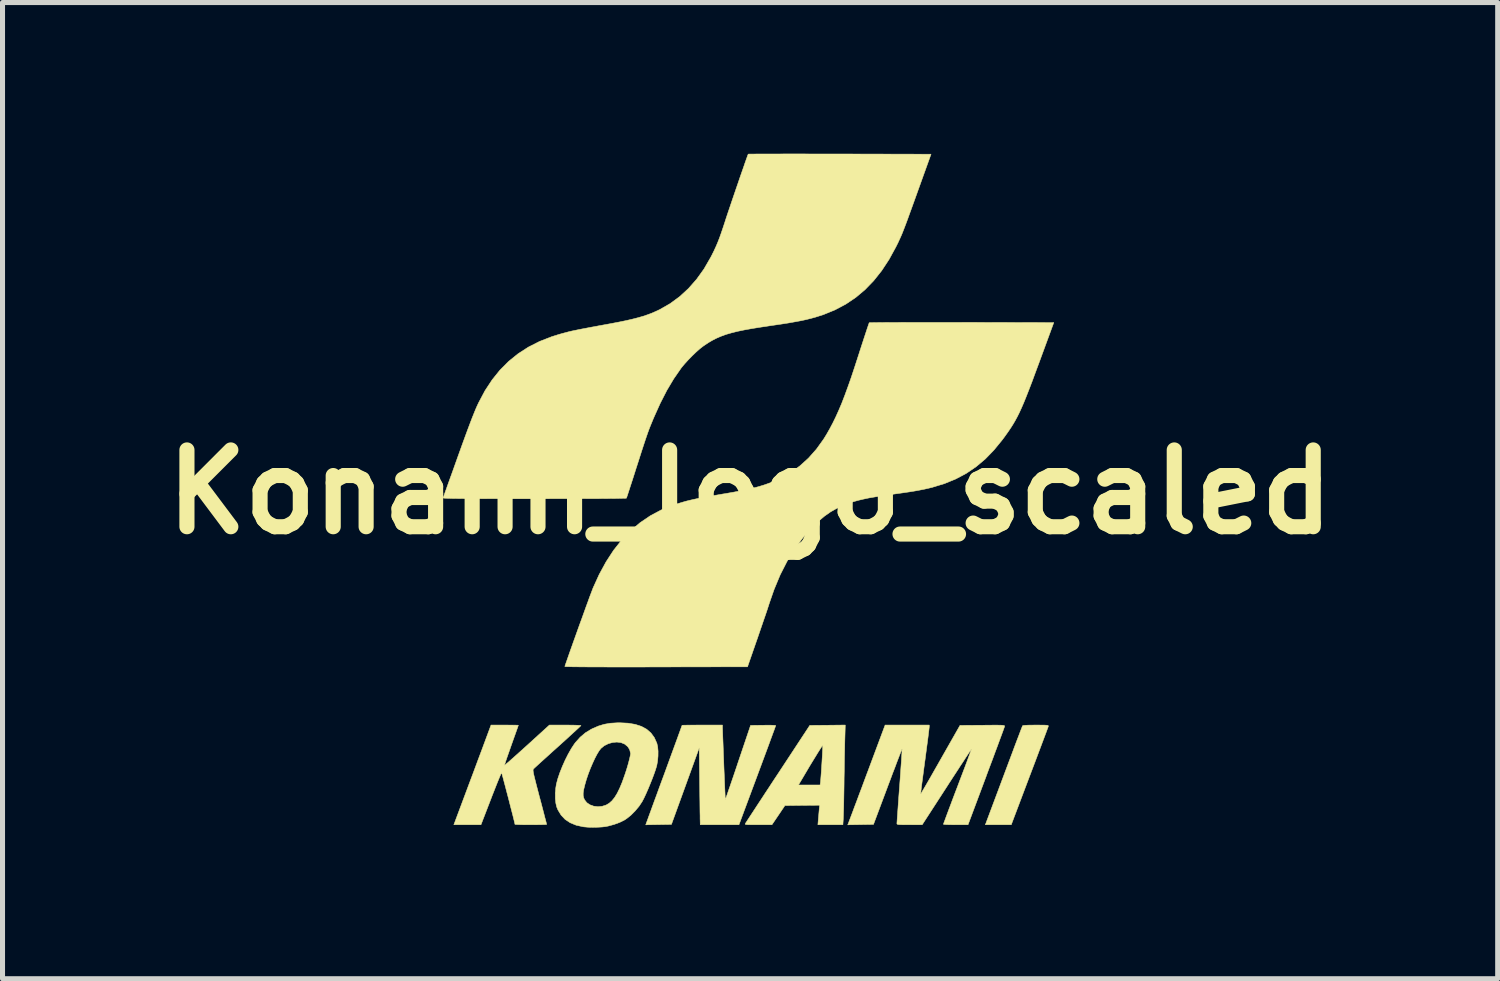
<source format=kicad_pcb>
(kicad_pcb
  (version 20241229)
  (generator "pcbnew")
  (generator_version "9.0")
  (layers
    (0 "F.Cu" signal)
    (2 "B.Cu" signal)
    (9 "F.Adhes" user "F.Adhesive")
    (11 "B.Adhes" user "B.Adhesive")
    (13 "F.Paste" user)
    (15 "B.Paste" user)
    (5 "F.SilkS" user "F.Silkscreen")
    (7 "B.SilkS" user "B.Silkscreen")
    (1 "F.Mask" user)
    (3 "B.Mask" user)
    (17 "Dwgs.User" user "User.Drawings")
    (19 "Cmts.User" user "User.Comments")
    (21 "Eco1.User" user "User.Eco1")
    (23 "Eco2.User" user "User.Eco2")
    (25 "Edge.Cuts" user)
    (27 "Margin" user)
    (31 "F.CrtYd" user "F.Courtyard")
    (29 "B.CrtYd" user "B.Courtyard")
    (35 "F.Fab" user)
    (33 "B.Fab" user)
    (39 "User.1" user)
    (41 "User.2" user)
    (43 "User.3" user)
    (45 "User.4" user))
  (footprint "Konami_logo_scaled"
    (layer "F.Cu")
    (at 11.836 6.714)
    (property "Reference" "Konami_logo_scaled" (at 0 0 0) (layer "F.SilkS") (effects (font (size 1.524 1.524) (thickness 0.3))))
    (attr through_hole)
    (fp_poly (pts (xy 5.759 4.626) (xy 5.824 4.626) (xy 5.869 4.628) (xy 5.898 4.63) (xy 5.913 4.634) (xy 5.919 4.64) (xy 5.919 4.649) (xy 5.918 4.652) (xy 5.913 4.668) (xy 5.898 4.708) (xy 5.876 4.768) (xy 5.846 4.848) (xy 5.81 4.944) (xy 5.768 5.056) (xy 5.721 5.181) (xy 5.67 5.317) (xy 5.615 5.462) (xy 5.557 5.615) (xy 5.547 5.641) (xy 5.183 6.604) (xy 4.669 6.604) (xy 5.034 5.629) (xy 5.092 5.474) (xy 5.147 5.327) (xy 5.199 5.189) (xy 5.246 5.062) (xy 5.289 4.948) (xy 5.327 4.849) (xy 5.358 4.767) (xy 5.382 4.704) (xy 5.399 4.661) (xy 5.407 4.641) (xy 5.407 4.639) (xy 5.424 4.634) (xy 5.466 4.63) (xy 5.532 4.627) (xy 5.621 4.626) (xy 5.671 4.625) (xy 5.759 4.626)) (stroke (width 0.01) (type solid)) (fill yes) (layer "F.SilkS"))
    (fp_poly (pts (xy 1.88 4.943) (xy 1.878 5.031) (xy 1.876 5.14) (xy 1.873 5.265) (xy 1.871 5.401) (xy 1.869 5.541) (xy 1.866 5.681) (xy 1.865 5.809) (xy 1.863 5.933) (xy 1.861 6.053) (xy 1.859 6.167) (xy 1.857 6.269) (xy 1.854 6.356) (xy 1.852 6.425) (xy 1.85 6.472) (xy 1.85 6.48) (xy 1.842 6.604) (xy 1.346 6.604) (xy 1.355 6.494) (xy 1.361 6.428) (xy 1.367 6.359) (xy 1.372 6.302) (xy 1.372 6.3) (xy 1.381 6.216) (xy 1.036 6.219) (xy 0.691 6.223) (xy 0.563 6.413) (xy 0.434 6.603) (xy 0.163 6.603) (xy 0.072 6.603) (xy 0.004 6.603) (xy -0.044 6.602) (xy -0.074 6.6) (xy -0.091 6.596) (xy -0.097 6.591) (xy -0.096 6.583) (xy -0.094 6.581) (xy -0.085 6.566) (xy -0.062 6.531) (xy -0.027 6.477) (xy 0.02 6.405) (xy 0.077 6.318) (xy 0.143 6.217) (xy 0.218 6.103) (xy 0.299 5.979) (xy 0.387 5.846) (xy 0.407 5.815) (xy 0.96 5.815) (xy 1.389 5.815) (xy 1.396 5.772) (xy 1.399 5.743) (xy 1.403 5.694) (xy 1.408 5.629) (xy 1.414 5.553) (xy 1.419 5.469) (xy 1.425 5.382) (xy 1.43 5.296) (xy 1.435 5.215) (xy 1.438 5.143) (xy 1.441 5.086) (xy 1.442 5.046) (xy 1.442 5.029) (xy 1.442 5.028) (xy 1.434 5.036) (xy 1.414 5.065) (xy 1.384 5.112) (xy 1.344 5.175) (xy 1.297 5.252) (xy 1.242 5.341) (xy 1.183 5.438) (xy 1.121 5.543) (xy 1.056 5.653) (xy 0.998 5.751) (xy 0.96 5.815) (xy 0.407 5.815) (xy 0.479 5.705) (xy 0.552 5.595) (xy 1.185 4.632) (xy 1.537 4.629) (xy 1.889 4.625) (xy 1.88 4.943)) (stroke (width 0.01) (type solid)) (fill yes) (layer "F.SilkS"))
    (fp_poly (pts (xy -0.548 4.656) (xy -0.548 4.682) (xy -0.546 4.73) (xy -0.544 4.797) (xy -0.541 4.881) (xy -0.537 4.978) (xy -0.533 5.086) (xy -0.529 5.201) (xy -0.524 5.32) (xy -0.52 5.44) (xy -0.515 5.56) (xy -0.51 5.674) (xy -0.506 5.781) (xy -0.502 5.878) (xy -0.498 5.961) (xy -0.495 6.028) (xy -0.493 6.075) (xy -0.492 6.1) (xy -0.491 6.104) (xy -0.487 6.092) (xy -0.474 6.057) (xy -0.454 6.002) (xy -0.429 5.927) (xy -0.397 5.836) (xy -0.361 5.731) (xy -0.321 5.614) (xy -0.278 5.487) (xy -0.239 5.37) (xy 0.01 4.632) (xy 0.259 4.629) (xy 0.337 4.628) (xy 0.406 4.628) (xy 0.46 4.63) (xy 0.495 4.632) (xy 0.508 4.635) (xy 0.508 4.635) (xy 0.504 4.649) (xy 0.491 4.686) (xy 0.47 4.744) (xy 0.441 4.822) (xy 0.406 4.917) (xy 0.366 5.027) (xy 0.32 5.151) (xy 0.27 5.286) (xy 0.216 5.431) (xy 0.159 5.584) (xy 0.144 5.625) (xy -0.221 6.604) (xy -0.605 6.604) (xy -0.989 6.604) (xy -0.991 6.514) (xy -0.992 6.483) (xy -0.992 6.428) (xy -0.994 6.352) (xy -0.995 6.258) (xy -0.996 6.15) (xy -0.998 6.03) (xy -0.999 5.901) (xy -1.001 5.767) (xy -1.001 5.75) (xy -1.009 5.076) (xy -1.285 5.837) (xy -1.561 6.597) (xy -2.071 6.605) (xy -2.053 6.554) (xy -2.045 6.534) (xy -2.029 6.49) (xy -2.006 6.426) (xy -1.975 6.342) (xy -1.939 6.242) (xy -1.897 6.127) (xy -1.85 6) (xy -1.8 5.862) (xy -1.746 5.716) (xy -1.692 5.57) (xy -1.637 5.419) (xy -1.585 5.276) (xy -1.536 5.142) (xy -1.491 5.019) (xy -1.451 4.91) (xy -1.417 4.816) (xy -1.389 4.739) (xy -1.368 4.681) (xy -1.355 4.644) (xy -1.35 4.631) (xy -1.35 4.631) (xy -1.337 4.629) (xy -1.301 4.628) (xy -1.245 4.627) (xy -1.171 4.626) (xy -1.084 4.626) (xy -0.987 4.625) (xy -0.949 4.625) (xy -0.548 4.625) (xy -0.548 4.656)) (stroke (width 0.01) (type solid)) (fill yes) (layer "F.SilkS"))
    (fp_poly (pts (xy -2.422 4.588) (xy -2.279 4.612) (xy -2.156 4.652) (xy -2.053 4.708) (xy -1.968 4.782) (xy -1.901 4.873) (xy -1.852 4.982) (xy -1.85 4.986) (xy -1.834 5.057) (xy -1.826 5.144) (xy -1.827 5.241) (xy -1.836 5.339) (xy -1.852 5.43) (xy -1.856 5.444) (xy -1.877 5.513) (xy -1.907 5.599) (xy -1.944 5.697) (xy -1.985 5.799) (xy -2.027 5.901) (xy -2.069 5.996) (xy -2.107 6.077) (xy -2.14 6.14) (xy -2.142 6.144) (xy -2.203 6.236) (xy -2.279 6.327) (xy -2.362 6.411) (xy -2.446 6.479) (xy -2.489 6.508) (xy -2.583 6.555) (xy -2.693 6.596) (xy -2.809 6.628) (xy -2.861 6.639) (xy -2.934 6.648) (xy -3.023 6.653) (xy -3.12 6.655) (xy -3.213 6.653) (xy -3.294 6.646) (xy -3.311 6.644) (xy -3.451 6.613) (xy -3.571 6.564) (xy -3.671 6.497) (xy -3.752 6.411) (xy -3.814 6.308) (xy -3.838 6.25) (xy -3.855 6.175) (xy -3.865 6.084) (xy -3.865 6.024) (xy -3.312 6.024) (xy -3.303 6.068) (xy -3.284 6.11) (xy -3.284 6.11) (xy -3.24 6.166) (xy -3.178 6.208) (xy -3.104 6.235) (xy -3.021 6.245) (xy -2.937 6.238) (xy -2.856 6.212) (xy -2.854 6.211) (xy -2.795 6.176) (xy -2.741 6.128) (xy -2.689 6.064) (xy -2.639 5.983) (xy -2.589 5.882) (xy -2.538 5.76) (xy -2.486 5.613) (xy -2.473 5.575) (xy -2.45 5.504) (xy -2.428 5.431) (xy -2.408 5.358) (xy -2.391 5.292) (xy -2.379 5.238) (xy -2.372 5.199) (xy -2.372 5.184) (xy -2.379 5.159) (xy -2.385 5.13) (xy -2.399 5.098) (xy -2.424 5.06) (xy -2.435 5.047) (xy -2.492 5.001) (xy -2.563 4.973) (xy -2.644 4.963) (xy -2.729 4.971) (xy -2.814 4.995) (xy -2.894 5.035) (xy -2.959 5.088) (xy -2.995 5.134) (xy -3.036 5.201) (xy -3.08 5.285) (xy -3.125 5.382) (xy -3.17 5.487) (xy -3.212 5.597) (xy -3.249 5.706) (xy -3.279 5.811) (xy -3.283 5.827) (xy -3.303 5.91) (xy -3.312 5.973) (xy -3.312 6.024) (xy -3.865 6.024) (xy -3.865 5.982) (xy -3.857 5.878) (xy -3.844 5.797) (xy -3.816 5.691) (xy -3.776 5.573) (xy -3.726 5.447) (xy -3.67 5.321) (xy -3.609 5.2) (xy -3.547 5.091) (xy -3.487 5) (xy -3.468 4.974) (xy -3.372 4.867) (xy -3.271 4.781) (xy -3.157 4.711) (xy -3.122 4.693) (xy -3.007 4.644) (xy -2.894 4.61) (xy -2.774 4.589) (xy -2.641 4.581) (xy -2.587 4.58) (xy -2.422 4.588)) (stroke (width 0.01) (type solid)) (fill yes) (layer "F.SilkS"))
    (fp_poly (pts (xy -4.788 4.626) (xy -4.716 4.626) (xy -4.658 4.627) (xy -4.618 4.628) (xy -4.599 4.629) (xy -4.599 4.629) (xy -4.603 4.642) (xy -4.615 4.677) (xy -4.634 4.731) (xy -4.659 4.801) (xy -4.689 4.885) (xy -4.722 4.978) (xy -4.739 5.026) (xy -4.773 5.123) (xy -4.804 5.211) (xy -4.831 5.288) (xy -4.852 5.351) (xy -4.866 5.396) (xy -4.873 5.421) (xy -4.874 5.424) (xy -4.863 5.417) (xy -4.835 5.393) (xy -4.79 5.355) (xy -4.733 5.304) (xy -4.663 5.242) (xy -4.584 5.171) (xy -4.496 5.092) (xy -4.425 5.028) (xy -3.982 4.625) (xy -3.669 4.625) (xy -3.58 4.626) (xy -3.502 4.627) (xy -3.437 4.629) (xy -3.389 4.631) (xy -3.361 4.634) (xy -3.356 4.636) (xy -3.366 4.646) (xy -3.394 4.673) (xy -3.438 4.714) (xy -3.496 4.767) (xy -3.566 4.831) (xy -3.645 4.904) (xy -3.734 4.984) (xy -3.818 5.06) (xy -3.913 5.145) (xy -4.001 5.225) (xy -4.083 5.299) (xy -4.154 5.363) (xy -4.213 5.417) (xy -4.259 5.459) (xy -4.288 5.486) (xy -4.299 5.497) (xy -4.304 5.504) (xy -4.306 5.516) (xy -4.306 5.534) (xy -4.302 5.561) (xy -4.295 5.599) (xy -4.283 5.651) (xy -4.266 5.719) (xy -4.244 5.806) (xy -4.216 5.913) (xy -4.182 6.044) (xy -4.179 6.055) (xy -4.148 6.17) (xy -4.12 6.277) (xy -4.095 6.373) (xy -4.074 6.456) (xy -4.056 6.522) (xy -4.044 6.569) (xy -4.038 6.594) (xy -4.037 6.597) (xy -4.05 6.599) (xy -4.086 6.601) (xy -4.141 6.602) (xy -4.212 6.603) (xy -4.295 6.604) (xy -4.351 6.604) (xy -4.44 6.604) (xy -4.519 6.603) (xy -4.584 6.601) (xy -4.633 6.599) (xy -4.66 6.597) (xy -4.666 6.596) (xy -4.669 6.579) (xy -4.678 6.541) (xy -4.692 6.484) (xy -4.71 6.411) (xy -4.732 6.327) (xy -4.756 6.234) (xy -4.781 6.135) (xy -4.807 6.035) (xy -4.833 5.937) (xy -4.857 5.844) (xy -4.88 5.759) (xy -4.899 5.686) (xy -4.915 5.628) (xy -4.926 5.589) (xy -4.931 5.572) (xy -4.932 5.572) (xy -4.938 5.582) (xy -4.953 5.615) (xy -4.975 5.667) (xy -5.004 5.737) (xy -5.038 5.822) (xy -5.076 5.919) (xy -5.118 6.025) (xy -5.14 6.083) (xy -5.341 6.604) (xy -5.879 6.604) (xy -5.613 5.892) (xy -5.56 5.75) (xy -5.506 5.607) (xy -5.454 5.467) (xy -5.404 5.332) (xy -5.357 5.207) (xy -5.315 5.095) (xy -5.28 5) (xy -5.252 4.925) (xy -5.244 4.903) (xy -5.141 4.625) (xy -4.87 4.625) (xy -4.788 4.626)) (stroke (width 0.01) (type solid)) (fill yes) (layer "F.SilkS"))
    (fp_poly (pts (xy 3.556 4.66) (xy 3.554 4.68) (xy 3.549 4.724) (xy 3.541 4.789) (xy 3.531 4.872) (xy 3.518 4.97) (xy 3.503 5.082) (xy 3.487 5.204) (xy 3.47 5.333) (xy 3.468 5.344) (xy 3.451 5.472) (xy 3.435 5.592) (xy 3.421 5.701) (xy 3.408 5.797) (xy 3.398 5.877) (xy 3.391 5.939) (xy 3.386 5.979) (xy 3.385 5.996) (xy 3.385 5.996) (xy 3.392 5.985) (xy 3.411 5.953) (xy 3.441 5.902) (xy 3.481 5.834) (xy 3.529 5.751) (xy 3.585 5.654) (xy 3.646 5.546) (xy 3.713 5.429) (xy 3.777 5.316) (xy 4.166 4.632) (xy 4.611 4.629) (xy 4.731 4.628) (xy 4.828 4.627) (xy 4.903 4.627) (xy 4.959 4.628) (xy 4.999 4.629) (xy 5.026 4.632) (xy 5.042 4.635) (xy 5.049 4.64) (xy 5.051 4.646) (xy 5.051 4.65) (xy 5.046 4.667) (xy 5.032 4.706) (xy 5.01 4.767) (xy 4.981 4.846) (xy 4.945 4.943) (xy 4.904 5.055) (xy 4.857 5.18) (xy 4.807 5.316) (xy 4.752 5.461) (xy 4.695 5.614) (xy 4.686 5.64) (xy 4.325 6.604) (xy 4.081 6.604) (xy 4.003 6.603) (xy 3.936 6.602) (xy 3.883 6.6) (xy 3.849 6.597) (xy 3.837 6.594) (xy 3.841 6.58) (xy 3.855 6.543) (xy 3.876 6.486) (xy 3.904 6.41) (xy 3.938 6.318) (xy 3.978 6.213) (xy 4.022 6.095) (xy 4.07 5.968) (xy 4.118 5.843) (xy 4.168 5.71) (xy 4.216 5.584) (xy 4.26 5.468) (xy 4.299 5.364) (xy 4.332 5.274) (xy 4.359 5.2) (xy 4.379 5.145) (xy 4.392 5.111) (xy 4.395 5.1) (xy 4.387 5.11) (xy 4.366 5.141) (xy 4.333 5.191) (xy 4.289 5.258) (xy 4.236 5.34) (xy 4.173 5.435) (xy 4.104 5.542) (xy 4.028 5.658) (xy 3.947 5.783) (xy 3.904 5.85) (xy 3.416 6.603) (xy 3.165 6.604) (xy 3.077 6.604) (xy 3.013 6.603) (xy 2.968 6.601) (xy 2.939 6.599) (xy 2.923 6.594) (xy 2.916 6.588) (xy 2.914 6.58) (xy 2.915 6.563) (xy 2.918 6.521) (xy 2.922 6.458) (xy 2.928 6.375) (xy 2.935 6.277) (xy 2.943 6.164) (xy 2.952 6.039) (xy 2.962 5.906) (xy 2.968 5.829) (xy 2.978 5.693) (xy 2.987 5.564) (xy 2.995 5.447) (xy 3.003 5.342) (xy 3.008 5.253) (xy 3.013 5.182) (xy 3.016 5.131) (xy 3.017 5.103) (xy 3.017 5.098) (xy 3.012 5.109) (xy 2.998 5.144) (xy 2.976 5.199) (xy 2.948 5.272) (xy 2.913 5.362) (xy 2.874 5.467) (xy 2.829 5.583) (xy 2.782 5.71) (xy 2.731 5.844) (xy 2.731 5.845) (xy 2.449 6.597) (xy 2.193 6.601) (xy 1.938 6.605) (xy 1.956 6.561) (xy 1.963 6.541) (xy 1.979 6.499) (xy 2.003 6.436) (xy 2.034 6.354) (xy 2.071 6.254) (xy 2.114 6.141) (xy 2.161 6.014) (xy 2.213 5.877) (xy 2.267 5.731) (xy 2.324 5.578) (xy 2.327 5.571) (xy 2.68 4.625) (xy 3.556 4.625) (xy 3.556 4.66)) (stroke (width 0.01) (type solid)) (fill yes) (layer "F.SilkS"))
    (fp_poly (pts (xy 3.86 -3.366) (xy 4.074 -3.366) (xy 4.2 -3.366) (xy 6.027 -3.362) (xy 5.73 -2.553) (xy 5.657 -2.357) (xy 5.593 -2.183) (xy 5.534 -2.03) (xy 5.481 -1.895) (xy 5.433 -1.776) (xy 5.387 -1.67) (xy 5.344 -1.576) (xy 5.301 -1.49) (xy 5.258 -1.411) (xy 5.214 -1.336) (xy 5.167 -1.263) (xy 5.117 -1.189) (xy 5.062 -1.112) (xy 5.006 -1.036) (xy 4.841 -0.834) (xy 4.669 -0.656) (xy 4.486 -0.502) (xy 4.292 -0.37) (xy 4.083 -0.259) (xy 3.859 -0.167) (xy 3.617 -0.093) (xy 3.54 -0.074) (xy 3.46 -0.056) (xy 3.374 -0.039) (xy 3.277 -0.021) (xy 3.166 -0.003) (xy 3.037 0.016) (xy 2.887 0.037) (xy 2.818 0.047) (xy 2.645 0.071) (xy 2.495 0.095) (xy 2.365 0.117) (xy 2.251 0.141) (xy 2.149 0.165) (xy 2.056 0.191) (xy 1.968 0.22) (xy 1.882 0.252) (xy 1.862 0.26) (xy 1.725 0.322) (xy 1.598 0.394) (xy 1.477 0.479) (xy 1.356 0.581) (xy 1.23 0.703) (xy 1.223 0.711) (xy 1.044 0.913) (xy 0.881 1.136) (xy 0.732 1.38) (xy 0.597 1.645) (xy 0.477 1.933) (xy 0.382 2.206) (xy 0.364 2.262) (xy 0.339 2.339) (xy 0.307 2.434) (xy 0.27 2.541) (xy 0.23 2.658) (xy 0.188 2.78) (xy 0.146 2.903) (xy 0.135 2.934) (xy -0.051 3.469) (xy -1.864 3.472) (xy -2.126 3.473) (xy -2.371 3.473) (xy -2.598 3.473) (xy -2.805 3.473) (xy -2.992 3.472) (xy -3.159 3.472) (xy -3.303 3.471) (xy -3.425 3.47) (xy -3.524 3.469) (xy -3.599 3.467) (xy -3.649 3.466) (xy -3.674 3.464) (xy -3.676 3.463) (xy -3.672 3.448) (xy -3.659 3.41) (xy -3.639 3.353) (xy -3.613 3.278) (xy -3.582 3.189) (xy -3.546 3.088) (xy -3.507 2.978) (xy -3.465 2.861) (xy -3.422 2.74) (xy -3.378 2.618) (xy -3.334 2.498) (xy -3.292 2.381) (xy -3.253 2.272) (xy -3.216 2.172) (xy -3.184 2.083) (xy -3.156 2.01) (xy -3.135 1.954) (xy -3.121 1.917) (xy -3.12 1.913) (xy -2.995 1.638) (xy -2.858 1.386) (xy -2.709 1.157) (xy -2.547 0.952) (xy -2.372 0.77) (xy -2.184 0.61) (xy -1.982 0.473) (xy -1.767 0.358) (xy -1.538 0.265) (xy -1.491 0.249) (xy -1.413 0.225) (xy -1.341 0.203) (xy -1.271 0.183) (xy -1.198 0.165) (xy -1.121 0.147) (xy -1.035 0.129) (xy -0.936 0.11) (xy -0.823 0.089) (xy -0.69 0.066) (xy -0.535 0.039) (xy -0.5 0.034) (xy -0.31 0.000394) (xy -0.143 -0.032) (xy 0.004 -0.064) (xy 0.136 -0.097) (xy 0.256 -0.132) (xy 0.366 -0.17) (xy 0.472 -0.212) (xy 0.577 -0.259) (xy 0.594 -0.267) (xy 0.796 -0.379) (xy 0.984 -0.514) (xy 1.158 -0.671) (xy 1.317 -0.85) (xy 1.461 -1.051) (xy 1.519 -1.145) (xy 1.582 -1.256) (xy 1.643 -1.371) (xy 1.702 -1.492) (xy 1.76 -1.621) (xy 1.819 -1.76) (xy 1.878 -1.913) (xy 1.94 -2.082) (xy 2.006 -2.269) (xy 2.075 -2.477) (xy 2.15 -2.708) (xy 2.152 -2.714) (xy 2.192 -2.839) (xy 2.23 -2.956) (xy 2.265 -3.063) (xy 2.296 -3.157) (xy 2.322 -3.236) (xy 2.343 -3.298) (xy 2.357 -3.339) (xy 2.364 -3.358) (xy 2.365 -3.359) (xy 2.379 -3.36) (xy 2.419 -3.361) (xy 2.482 -3.362) (xy 2.567 -3.363) (xy 2.673 -3.364) (xy 2.797 -3.365) (xy 2.94 -3.365) (xy 3.098 -3.366) (xy 3.271 -3.366) (xy 3.456 -3.366) (xy 3.653 -3.366) (xy 3.86 -3.366)) (stroke (width 0.01) (type solid)) (fill yes) (layer "F.SilkS"))
    (fp_poly (pts (xy 1.05 -6.709) (xy 1.246 -6.708) (xy 1.452 -6.708) (xy 1.666 -6.708) (xy 1.78 -6.708) (xy 3.591 -6.704) (xy 3.322 -5.956) (xy 3.262 -5.789) (xy 3.21 -5.645) (xy 3.165 -5.522) (xy 3.127 -5.416) (xy 3.094 -5.327) (xy 3.065 -5.251) (xy 3.04 -5.187) (xy 3.018 -5.131) (xy 2.997 -5.082) (xy 2.977 -5.037) (xy 2.957 -4.994) (xy 2.937 -4.95) (xy 2.914 -4.904) (xy 2.893 -4.862) (xy 2.758 -4.615) (xy 2.612 -4.393) (xy 2.454 -4.194) (xy 2.283 -4.017) (xy 2.099 -3.862) (xy 1.9 -3.728) (xy 1.685 -3.614) (xy 1.455 -3.52) (xy 1.295 -3.469) (xy 1.207 -3.445) (xy 1.115 -3.422) (xy 1.014 -3.4) (xy 0.9 -3.379) (xy 0.772 -3.356) (xy 0.625 -3.333) (xy 0.455 -3.308) (xy 0.413 -3.302) (xy 0.214 -3.272) (xy 0.039 -3.244) (xy -0.115 -3.216) (xy -0.251 -3.188) (xy -0.37 -3.158) (xy -0.477 -3.127) (xy -0.573 -3.092) (xy -0.662 -3.054) (xy -0.745 -3.012) (xy -0.827 -2.964) (xy -0.909 -2.909) (xy -0.935 -2.891) (xy -0.998 -2.842) (xy -1.071 -2.777) (xy -1.149 -2.702) (xy -1.227 -2.622) (xy -1.299 -2.543) (xy -1.36 -2.47) (xy -1.374 -2.451) (xy -1.515 -2.247) (xy -1.652 -2.017) (xy -1.783 -1.761) (xy -1.902 -1.497) (xy -1.929 -1.434) (xy -1.952 -1.378) (xy -1.973 -1.327) (xy -1.993 -1.277) (xy -2.012 -1.227) (xy -2.032 -1.172) (xy -2.053 -1.111) (xy -2.077 -1.041) (xy -2.104 -0.959) (xy -2.136 -0.862) (xy -2.173 -0.747) (xy -2.216 -0.612) (xy -2.26 -0.476) (xy -2.298 -0.356) (xy -2.334 -0.243) (xy -2.367 -0.142) (xy -2.396 -0.053) (xy -2.42 0.021) (xy -2.438 0.076) (xy -2.45 0.111) (xy -2.454 0.122) (xy -2.468 0.124) (xy -2.508 0.125) (xy -2.57 0.126) (xy -2.655 0.128) (xy -2.761 0.129) (xy -2.885 0.13) (xy -3.027 0.131) (xy -3.185 0.131) (xy -3.357 0.132) (xy -3.543 0.133) (xy -3.739 0.133) (xy -3.945 0.133) (xy -4.16 0.134) (xy -4.28 0.134) (xy -4.546 0.134) (xy -4.786 0.134) (xy -5.002 0.133) (xy -5.195 0.133) (xy -5.365 0.132) (xy -5.514 0.132) (xy -5.643 0.131) (xy -5.753 0.13) (xy -5.846 0.129) (xy -5.922 0.128) (xy -5.982 0.126) (xy -6.028 0.125) (xy -6.061 0.123) (xy -6.082 0.121) (xy -6.091 0.118) (xy -6.093 0.117) (xy -6.087 0.102) (xy -6.073 0.064) (xy -6.052 0.005) (xy -6.024 -0.073) (xy -5.99 -0.168) (xy -5.951 -0.277) (xy -5.907 -0.398) (xy -5.86 -0.53) (xy -5.81 -0.67) (xy -5.789 -0.729) (xy -5.721 -0.918) (xy -5.661 -1.083) (xy -5.608 -1.227) (xy -5.561 -1.352) (xy -5.52 -1.46) (xy -5.483 -1.552) (xy -5.451 -1.631) (xy -5.422 -1.698) (xy -5.395 -1.756) (xy -5.388 -1.771) (xy -5.261 -2.01) (xy -5.12 -2.225) (xy -4.964 -2.419) (xy -4.793 -2.591) (xy -4.605 -2.743) (xy -4.401 -2.875) (xy -4.178 -2.988) (xy -3.937 -3.082) (xy -3.797 -3.126) (xy -3.73 -3.145) (xy -3.666 -3.162) (xy -3.602 -3.179) (xy -3.534 -3.195) (xy -3.457 -3.211) (xy -3.37 -3.229) (xy -3.269 -3.248) (xy -3.149 -3.271) (xy -3.008 -3.297) (xy -2.942 -3.309) (xy -2.756 -3.343) (xy -2.594 -3.374) (xy -2.453 -3.403) (xy -2.329 -3.432) (xy -2.22 -3.46) (xy -2.123 -3.488) (xy -2.034 -3.518) (xy -1.951 -3.549) (xy -1.871 -3.584) (xy -1.79 -3.622) (xy -1.787 -3.624) (xy -1.586 -3.739) (xy -1.397 -3.878) (xy -1.222 -4.039) (xy -1.061 -4.222) (xy -0.914 -4.427) (xy -0.783 -4.654) (xy -0.765 -4.688) (xy -0.719 -4.78) (xy -0.68 -4.864) (xy -0.644 -4.948) (xy -0.609 -5.037) (xy -0.574 -5.135) (xy -0.535 -5.25) (xy -0.503 -5.347) (xy -0.483 -5.41) (xy -0.457 -5.489) (xy -0.426 -5.581) (xy -0.391 -5.684) (xy -0.354 -5.794) (xy -0.315 -5.908) (xy -0.275 -6.025) (xy -0.235 -6.141) (xy -0.197 -6.253) (xy -0.16 -6.359) (xy -0.126 -6.456) (xy -0.097 -6.541) (xy -0.072 -6.611) (xy -0.053 -6.664) (xy -0.041 -6.696) (xy -0.037 -6.706) (xy -0.023 -6.706) (xy 0.016 -6.707) (xy 0.079 -6.707) (xy 0.164 -6.708) (xy 0.269 -6.708) (xy 0.393 -6.708) (xy 0.535 -6.708) (xy 0.693 -6.709) (xy 0.865 -6.709) (xy 1.05 -6.709)) (stroke (width 0.01) (type solid)) (fill yes) (layer "F.SilkS")))
  (gr_rect
    (start -3 -3)
    (end 26.673 16.373)
    (stroke (width 0.1) (type default))
    (fill no)
    (layer "Edge.Cuts")))
</source>
